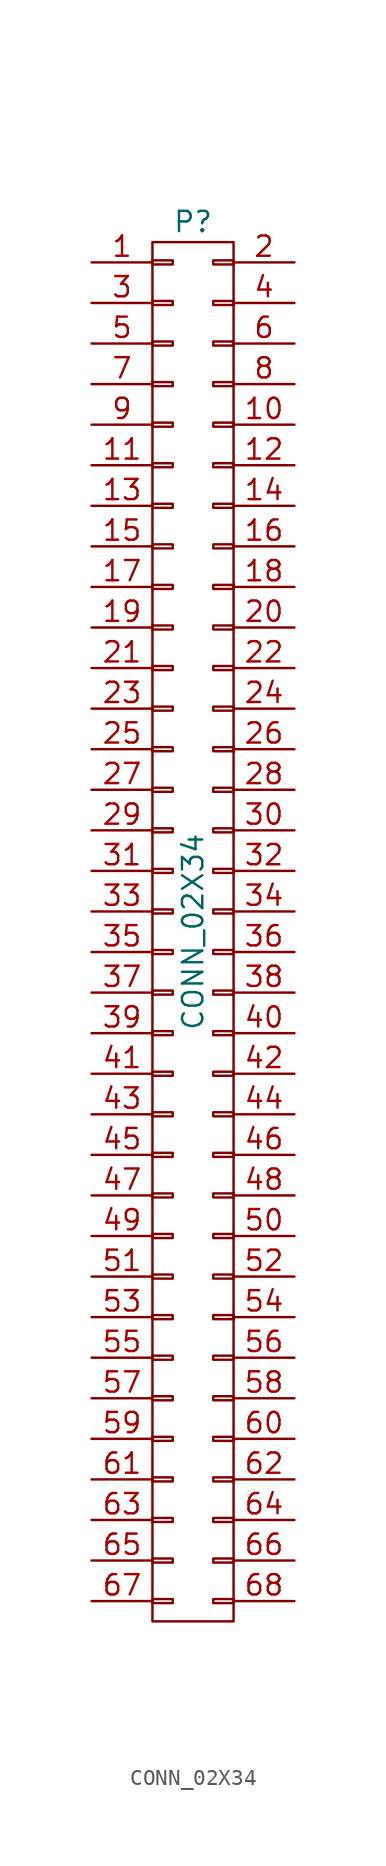
<source format=kicad_sym>
(kicad_symbol_lib
  (version 20231120)
  (generator "kicad_symbol_editor")
  (generator_version "8.0")
  (symbol "CONN_02X34"
    (pin_names
      (offset 0.025) hide)
    (property "Reference" "P"
      (at 0 44.45 0)
      (effects (font (size 1.27 1.27))))
    (property "Value" "CONN_02X34"
      (at 0 0 90)
      (effects (font (size 1.27 1.27))))
    (property "Footprint" ""
      (at 0 -7.62 0)
      (effects (font (size 1.27 1.27))))
    (property "Datasheet" ""
      (at 0 -7.62 0)
      (effects (font (size 1.27 1.27))))
    (symbol "CONN_02X34_0_1"
      (rectangle (start -2.54 -41.783) (end -1.27 -42.037) (stroke (width 0) (type solid)) (fill (type none)))
      (rectangle (start -2.54 -39.243) (end -1.27 -39.497) (stroke (width 0) (type solid)) (fill (type none)))
      (rectangle (start -2.54 -36.703) (end -1.27 -36.957) (stroke (width 0) (type solid)) (fill (type none)))
      (rectangle (start -2.54 -34.163) (end -1.27 -34.417) (stroke (width 0) (type solid)) (fill (type none)))
      (rectangle (start -2.54 -31.623) (end -1.27 -31.877) (stroke (width 0) (type solid)) (fill (type none)))
      (rectangle (start -2.54 -29.083) (end -1.27 -29.337) (stroke (width 0) (type solid)) (fill (type none)))
      (rectangle (start -2.54 -26.543) (end -1.27 -26.797) (stroke (width 0) (type solid)) (fill (type none)))
      (rectangle (start -2.54 -24.003) (end -1.27 -24.257) (stroke (width 0) (type solid)) (fill (type none)))
      (rectangle (start -2.54 -21.463) (end -1.27 -21.717) (stroke (width 0) (type solid)) (fill (type none)))
      (rectangle (start -2.54 -18.923) (end -1.27 -19.177) (stroke (width 0) (type solid)) (fill (type none)))
      (rectangle (start -2.54 -16.383) (end -1.27 -16.637) (stroke (width 0) (type solid)) (fill (type none)))
      (rectangle (start -2.54 -13.843) (end -1.27 -14.097) (stroke (width 0) (type solid)) (fill (type none)))
      (rectangle (start -2.54 -11.303) (end -1.27 -11.557) (stroke (width 0) (type solid)) (fill (type none)))
      (rectangle (start -2.54 -8.763) (end -1.27 -9.017) (stroke (width 0) (type solid)) (fill (type none)))
      (rectangle (start -2.54 -6.223) (end -1.27 -6.477) (stroke (width 0) (type solid)) (fill (type none)))
      (rectangle (start -2.54 -3.683) (end -1.27 -3.937) (stroke (width 0) (type solid)) (fill (type none)))
      (rectangle (start -2.54 -1.143) (end -1.27 -1.397) (stroke (width 0) (type solid)) (fill (type none)))
      (rectangle (start -2.54 1.397) (end -1.27 1.143) (stroke (width 0) (type solid)) (fill (type none)))
      (rectangle (start -2.54 3.937) (end -1.27 3.683) (stroke (width 0) (type solid)) (fill (type none)))
      (rectangle (start -2.54 6.477) (end -1.27 6.223) (stroke (width 0) (type solid)) (fill (type none)))
      (rectangle (start -2.54 9.017) (end -1.27 8.763) (stroke (width 0) (type solid)) (fill (type none)))
      (rectangle (start -2.54 11.557) (end -1.27 11.303) (stroke (width 0) (type solid)) (fill (type none)))
      (rectangle (start -2.54 14.097) (end -1.27 13.843) (stroke (width 0) (type solid)) (fill (type none)))
      (rectangle (start -2.54 16.637) (end -1.27 16.383) (stroke (width 0) (type solid)) (fill (type none)))
      (rectangle (start -2.54 19.177) (end -1.27 18.923) (stroke (width 0) (type solid)) (fill (type none)))
      (rectangle (start -2.54 21.717) (end -1.27 21.463) (stroke (width 0) (type solid)) (fill (type none)))
      (rectangle (start -2.54 24.257) (end -1.27 24.003) (stroke (width 0) (type solid)) (fill (type none)))
      (rectangle (start -2.54 26.797) (end -1.27 26.543) (stroke (width 0) (type solid)) (fill (type none)))
      (rectangle (start -2.54 29.337) (end -1.27 29.083) (stroke (width 0) (type solid)) (fill (type none)))
      (rectangle (start -2.54 31.877) (end -1.27 31.623) (stroke (width 0) (type solid)) (fill (type none)))
      (rectangle (start -2.54 34.417) (end -1.27 34.163) (stroke (width 0) (type solid)) (fill (type none)))
      (rectangle (start -2.54 36.957) (end -1.27 36.703) (stroke (width 0) (type solid)) (fill (type none)))
      (rectangle (start -2.54 39.497) (end -1.27 39.243) (stroke (width 0) (type solid)) (fill (type none)))
      (rectangle (start -2.54 42.037) (end -1.27 41.783) (stroke (width 0) (type solid)) (fill (type none)))
      (rectangle (start 1.27 -41.783) (end 2.54 -42.037) (stroke (width 0) (type solid)) (fill (type none)))
      (rectangle (start 1.27 -39.243) (end 2.54 -39.497) (stroke (width 0) (type solid)) (fill (type none)))
      (rectangle (start 1.27 -36.703) (end 2.54 -36.957) (stroke (width 0) (type solid)) (fill (type none)))
      (rectangle (start 1.27 -34.163) (end 2.54 -34.417) (stroke (width 0) (type solid)) (fill (type none)))
      (rectangle (start 1.27 -31.623) (end 2.54 -31.877) (stroke (width 0) (type solid)) (fill (type none)))
      (rectangle (start 1.27 -29.083) (end 2.54 -29.337) (stroke (width 0) (type solid)) (fill (type none)))
      (rectangle (start 1.27 -26.543) (end 2.54 -26.797) (stroke (width 0) (type solid)) (fill (type none)))
      (rectangle (start 1.27 -24.003) (end 2.54 -24.257) (stroke (width 0) (type solid)) (fill (type none)))
      (rectangle (start 1.27 -21.463) (end 2.54 -21.717) (stroke (width 0) (type solid)) (fill (type none)))
      (rectangle (start 1.27 -18.923) (end 2.54 -19.177) (stroke (width 0) (type solid)) (fill (type none)))
      (rectangle (start 1.27 -16.383) (end 2.54 -16.637) (stroke (width 0) (type solid)) (fill (type none)))
      (rectangle (start 1.27 -13.843) (end 2.54 -14.097) (stroke (width 0) (type solid)) (fill (type none)))
      (rectangle (start 1.27 -11.303) (end 2.54 -11.557) (stroke (width 0) (type solid)) (fill (type none)))
      (rectangle (start 1.27 -8.763) (end 2.54 -9.017) (stroke (width 0) (type solid)) (fill (type none)))
      (rectangle (start 1.27 -6.223) (end 2.54 -6.477) (stroke (width 0) (type solid)) (fill (type none)))
      (rectangle (start 1.27 -3.683) (end 2.54 -3.937) (stroke (width 0) (type solid)) (fill (type none)))
      (rectangle (start 1.27 -1.143) (end 2.54 -1.397) (stroke (width 0) (type solid)) (fill (type none)))
      (rectangle (start 1.27 1.397) (end 2.54 1.143) (stroke (width 0) (type solid)) (fill (type none)))
      (rectangle (start 1.27 3.937) (end 2.54 3.683) (stroke (width 0) (type solid)) (fill (type none)))
      (rectangle (start 1.27 6.477) (end 2.54 6.223) (stroke (width 0) (type solid)) (fill (type none)))
      (rectangle (start 1.27 9.017) (end 2.54 8.763) (stroke (width 0) (type solid)) (fill (type none)))
      (rectangle (start 1.27 11.557) (end 2.54 11.303) (stroke (width 0) (type solid)) (fill (type none)))
      (rectangle (start 1.27 14.097) (end 2.54 13.843) (stroke (width 0) (type solid)) (fill (type none)))
      (rectangle (start 1.27 16.637) (end 2.54 16.383) (stroke (width 0) (type solid)) (fill (type none)))
      (rectangle (start 1.27 19.177) (end 2.54 18.923) (stroke (width 0) (type solid)) (fill (type none)))
      (rectangle (start 1.27 21.717) (end 2.54 21.463) (stroke (width 0) (type solid)) (fill (type none)))
      (rectangle (start 1.27 24.257) (end 2.54 24.003) (stroke (width 0) (type solid)) (fill (type none)))
      (rectangle (start 1.27 26.797) (end 2.54 26.543) (stroke (width 0) (type solid)) (fill (type none)))
      (rectangle (start 1.27 29.337) (end 2.54 29.083) (stroke (width 0) (type solid)) (fill (type none)))
      (rectangle (start 1.27 31.877) (end 2.54 31.623) (stroke (width 0) (type solid)) (fill (type none)))
      (rectangle (start 1.27 34.417) (end 2.54 34.163) (stroke (width 0) (type solid)) (fill (type none)))
      (rectangle (start 1.27 36.957) (end 2.54 36.703) (stroke (width 0) (type solid)) (fill (type none)))
      (rectangle (start 1.27 39.497) (end 2.54 39.243) (stroke (width 0) (type solid)) (fill (type none)))
      (rectangle (start 1.27 42.037) (end 2.54 41.783) (stroke (width 0) (type solid)) (fill (type none)))
      (rectangle (start 2.54 -43.18) (end -2.54 43.18) (stroke (width 0) (type solid)) (fill (type none))))
    (symbol "CONN_02X34_1_1"
      (pin passive line (at -6.35 41.91 0) (length 3.81) (name "P1" (effects (font (size 1.27 1.27)))) (number "1" (effects (font (size 1.27 1.27)))))
      (pin passive line (at 6.35 31.75 180) (length 3.81) (name "P10" (effects (font (size 1.27 1.27)))) (number "10" (effects (font (size 1.27 1.27)))))
      (pin passive line (at -6.35 29.21 0) (length 3.81) (name "P11" (effects (font (size 1.27 1.27)))) (number "11" (effects (font (size 1.27 1.27)))))
      (pin passive line (at 6.35 29.21 180) (length 3.81) (name "P12" (effects (font (size 1.27 1.27)))) (number "12" (effects (font (size 1.27 1.27)))))
      (pin passive line (at -6.35 26.67 0) (length 3.81) (name "P13" (effects (font (size 1.27 1.27)))) (number "13" (effects (font (size 1.27 1.27)))))
      (pin passive line (at 6.35 26.67 180) (length 3.81) (name "P14" (effects (font (size 1.27 1.27)))) (number "14" (effects (font (size 1.27 1.27)))))
      (pin passive line (at -6.35 24.13 0) (length 3.81) (name "P15" (effects (font (size 1.27 1.27)))) (number "15" (effects (font (size 1.27 1.27)))))
      (pin passive line (at 6.35 24.13 180) (length 3.81) (name "P16" (effects (font (size 1.27 1.27)))) (number "16" (effects (font (size 1.27 1.27)))))
      (pin passive line (at -6.35 21.59 0) (length 3.81) (name "P17" (effects (font (size 1.27 1.27)))) (number "17" (effects (font (size 1.27 1.27)))))
      (pin passive line (at 6.35 21.59 180) (length 3.81) (name "P18" (effects (font (size 1.27 1.27)))) (number "18" (effects (font (size 1.27 1.27)))))
      (pin passive line (at -6.35 19.05 0) (length 3.81) (name "P19" (effects (font (size 1.27 1.27)))) (number "19" (effects (font (size 1.27 1.27)))))
      (pin passive line (at 6.35 41.91 180) (length 3.81) (name "P2" (effects (font (size 1.27 1.27)))) (number "2" (effects (font (size 1.27 1.27)))))
      (pin passive line (at 6.35 19.05 180) (length 3.81) (name "P20" (effects (font (size 1.27 1.27)))) (number "20" (effects (font (size 1.27 1.27)))))
      (pin passive line (at -6.35 16.51 0) (length 3.81) (name "P21" (effects (font (size 1.27 1.27)))) (number "21" (effects (font (size 1.27 1.27)))))
      (pin passive line (at 6.35 16.51 180) (length 3.81) (name "P22" (effects (font (size 1.27 1.27)))) (number "22" (effects (font (size 1.27 1.27)))))
      (pin passive line (at -6.35 13.97 0) (length 3.81) (name "P23" (effects (font (size 1.27 1.27)))) (number "23" (effects (font (size 1.27 1.27)))))
      (pin passive line (at 6.35 13.97 180) (length 3.81) (name "P24" (effects (font (size 1.27 1.27)))) (number "24" (effects (font (size 1.27 1.27)))))
      (pin passive line (at -6.35 11.43 0) (length 3.81) (name "P25" (effects (font (size 1.27 1.27)))) (number "25" (effects (font (size 1.27 1.27)))))
      (pin passive line (at 6.35 11.43 180) (length 3.81) (name "P26" (effects (font (size 1.27 1.27)))) (number "26" (effects (font (size 1.27 1.27)))))
      (pin passive line (at -6.35 8.89 0) (length 3.81) (name "P27" (effects (font (size 1.27 1.27)))) (number "27" (effects (font (size 1.27 1.27)))))
      (pin passive line (at 6.35 8.89 180) (length 3.81) (name "P28" (effects (font (size 1.27 1.27)))) (number "28" (effects (font (size 1.27 1.27)))))
      (pin passive line (at -6.35 6.35 0) (length 3.81) (name "P29" (effects (font (size 1.27 1.27)))) (number "29" (effects (font (size 1.27 1.27)))))
      (pin passive line (at -6.35 39.37 0) (length 3.81) (name "P3" (effects (font (size 1.27 1.27)))) (number "3" (effects (font (size 1.27 1.27)))))
      (pin passive line (at 6.35 6.35 180) (length 3.81) (name "P30" (effects (font (size 1.27 1.27)))) (number "30" (effects (font (size 1.27 1.27)))))
      (pin passive line (at -6.35 3.81 0) (length 3.81) (name "P31" (effects (font (size 1.27 1.27)))) (number "31" (effects (font (size 1.27 1.27)))))
      (pin passive line (at 6.35 3.81 180) (length 3.81) (name "P32" (effects (font (size 1.27 1.27)))) (number "32" (effects (font (size 1.27 1.27)))))
      (pin passive line (at -6.35 1.27 0) (length 3.81) (name "P33" (effects (font (size 1.27 1.27)))) (number "33" (effects (font (size 1.27 1.27)))))
      (pin passive line (at 6.35 1.27 180) (length 3.81) (name "P34" (effects (font (size 1.27 1.27)))) (number "34" (effects (font (size 1.27 1.27)))))
      (pin passive line (at -6.35 -1.27 0) (length 3.81) (name "P35" (effects (font (size 1.27 1.27)))) (number "35" (effects (font (size 1.27 1.27)))))
      (pin passive line (at 6.35 -1.27 180) (length 3.81) (name "P36" (effects (font (size 1.27 1.27)))) (number "36" (effects (font (size 1.27 1.27)))))
      (pin passive line (at -6.35 -3.81 0) (length 3.81) (name "P37" (effects (font (size 1.27 1.27)))) (number "37" (effects (font (size 1.27 1.27)))))
      (pin passive line (at 6.35 -3.81 180) (length 3.81) (name "P38" (effects (font (size 1.27 1.27)))) (number "38" (effects (font (size 1.27 1.27)))))
      (pin passive line (at -6.35 -6.35 0) (length 3.81) (name "P39" (effects (font (size 1.27 1.27)))) (number "39" (effects (font (size 1.27 1.27)))))
      (pin passive line (at 6.35 39.37 180) (length 3.81) (name "P4" (effects (font (size 1.27 1.27)))) (number "4" (effects (font (size 1.27 1.27)))))
      (pin passive line (at 6.35 -6.35 180) (length 3.81) (name "P40" (effects (font (size 1.27 1.27)))) (number "40" (effects (font (size 1.27 1.27)))))
      (pin passive line (at -6.35 -8.89 0) (length 3.81) (name "P41" (effects (font (size 1.27 1.27)))) (number "41" (effects (font (size 1.27 1.27)))))
      (pin passive line (at 6.35 -8.89 180) (length 3.81) (name "P42" (effects (font (size 1.27 1.27)))) (number "42" (effects (font (size 1.27 1.27)))))
      (pin passive line (at -6.35 -11.43 0) (length 3.81) (name "P43" (effects (font (size 1.27 1.27)))) (number "43" (effects (font (size 1.27 1.27)))))
      (pin passive line (at 6.35 -11.43 180) (length 3.81) (name "P44" (effects (font (size 1.27 1.27)))) (number "44" (effects (font (size 1.27 1.27)))))
      (pin passive line (at -6.35 -13.97 0) (length 3.81) (name "P45" (effects (font (size 1.27 1.27)))) (number "45" (effects (font (size 1.27 1.27)))))
      (pin passive line (at 6.35 -13.97 180) (length 3.81) (name "P46" (effects (font (size 1.27 1.27)))) (number "46" (effects (font (size 1.27 1.27)))))
      (pin passive line (at -6.35 -16.51 0) (length 3.81) (name "P47" (effects (font (size 1.27 1.27)))) (number "47" (effects (font (size 1.27 1.27)))))
      (pin passive line (at 6.35 -16.51 180) (length 3.81) (name "P48" (effects (font (size 1.27 1.27)))) (number "48" (effects (font (size 1.27 1.27)))))
      (pin passive line (at -6.35 -19.05 0) (length 3.81) (name "P49" (effects (font (size 1.27 1.27)))) (number "49" (effects (font (size 1.27 1.27)))))
      (pin passive line (at -6.35 36.83 0) (length 3.81) (name "P5" (effects (font (size 1.27 1.27)))) (number "5" (effects (font (size 1.27 1.27)))))
      (pin passive line (at 6.35 -19.05 180) (length 3.81) (name "P50" (effects (font (size 1.27 1.27)))) (number "50" (effects (font (size 1.27 1.27)))))
      (pin passive line (at -6.35 -21.59 0) (length 3.81) (name "P51" (effects (font (size 1.27 1.27)))) (number "51" (effects (font (size 1.27 1.27)))))
      (pin passive line (at 6.35 -21.59 180) (length 3.81) (name "P52" (effects (font (size 1.27 1.27)))) (number "52" (effects (font (size 1.27 1.27)))))
      (pin passive line (at -6.35 -24.13 0) (length 3.81) (name "P53" (effects (font (size 1.27 1.27)))) (number "53" (effects (font (size 1.27 1.27)))))
      (pin passive line (at 6.35 -24.13 180) (length 3.81) (name "P54" (effects (font (size 1.27 1.27)))) (number "54" (effects (font (size 1.27 1.27)))))
      (pin passive line (at -6.35 -26.67 0) (length 3.81) (name "P55" (effects (font (size 1.27 1.27)))) (number "55" (effects (font (size 1.27 1.27)))))
      (pin passive line (at 6.35 -26.67 180) (length 3.81) (name "P56" (effects (font (size 1.27 1.27)))) (number "56" (effects (font (size 1.27 1.27)))))
      (pin passive line (at -6.35 -29.21 0) (length 3.81) (name "P57" (effects (font (size 1.27 1.27)))) (number "57" (effects (font (size 1.27 1.27)))))
      (pin passive line (at 6.35 -29.21 180) (length 3.81) (name "P58" (effects (font (size 1.27 1.27)))) (number "58" (effects (font (size 1.27 1.27)))))
      (pin passive line (at -6.35 -31.75 0) (length 3.81) (name "P59" (effects (font (size 1.27 1.27)))) (number "59" (effects (font (size 1.27 1.27)))))
      (pin passive line (at 6.35 36.83 180) (length 3.81) (name "P6" (effects (font (size 1.27 1.27)))) (number "6" (effects (font (size 1.27 1.27)))))
      (pin passive line (at 6.35 -31.75 180) (length 3.81) (name "P60" (effects (font (size 1.27 1.27)))) (number "60" (effects (font (size 1.27 1.27)))))
      (pin passive line (at -6.35 -34.29 0) (length 3.81) (name "P61" (effects (font (size 1.27 1.27)))) (number "61" (effects (font (size 1.27 1.27)))))
      (pin passive line (at 6.35 -34.29 180) (length 3.81) (name "P62" (effects (font (size 1.27 1.27)))) (number "62" (effects (font (size 1.27 1.27)))))
      (pin passive line (at -6.35 -36.83 0) (length 3.81) (name "P63" (effects (font (size 1.27 1.27)))) (number "63" (effects (font (size 1.27 1.27)))))
      (pin passive line (at 6.35 -36.83 180) (length 3.81) (name "P64" (effects (font (size 1.27 1.27)))) (number "64" (effects (font (size 1.27 1.27)))))
      (pin passive line (at -6.35 -39.37 0) (length 3.81) (name "P65" (effects (font (size 1.27 1.27)))) (number "65" (effects (font (size 1.27 1.27)))))
      (pin passive line (at 6.35 -39.37 180) (length 3.81) (name "P66" (effects (font (size 1.27 1.27)))) (number "66" (effects (font (size 1.27 1.27)))))
      (pin passive line (at -6.35 -41.91 0) (length 3.81) (name "P67" (effects (font (size 1.27 1.27)))) (number "67" (effects (font (size 1.27 1.27)))))
      (pin passive line (at 6.35 -41.91 180) (length 3.81) (name "P68" (effects (font (size 1.27 1.27)))) (number "68" (effects (font (size 1.27 1.27)))))
      (pin passive line (at -6.35 34.29 0) (length 3.81) (name "P7" (effects (font (size 1.27 1.27)))) (number "7" (effects (font (size 1.27 1.27)))))
      (pin passive line (at 6.35 34.29 180) (length 3.81) (name "P8" (effects (font (size 1.27 1.27)))) (number "8" (effects (font (size 1.27 1.27)))))
      (pin passive line (at -6.35 31.75 0) (length 3.81) (name "P9" (effects (font (size 1.27 1.27)))) (number "9" (effects (font (size 1.27 1.27))))))))
</source>
